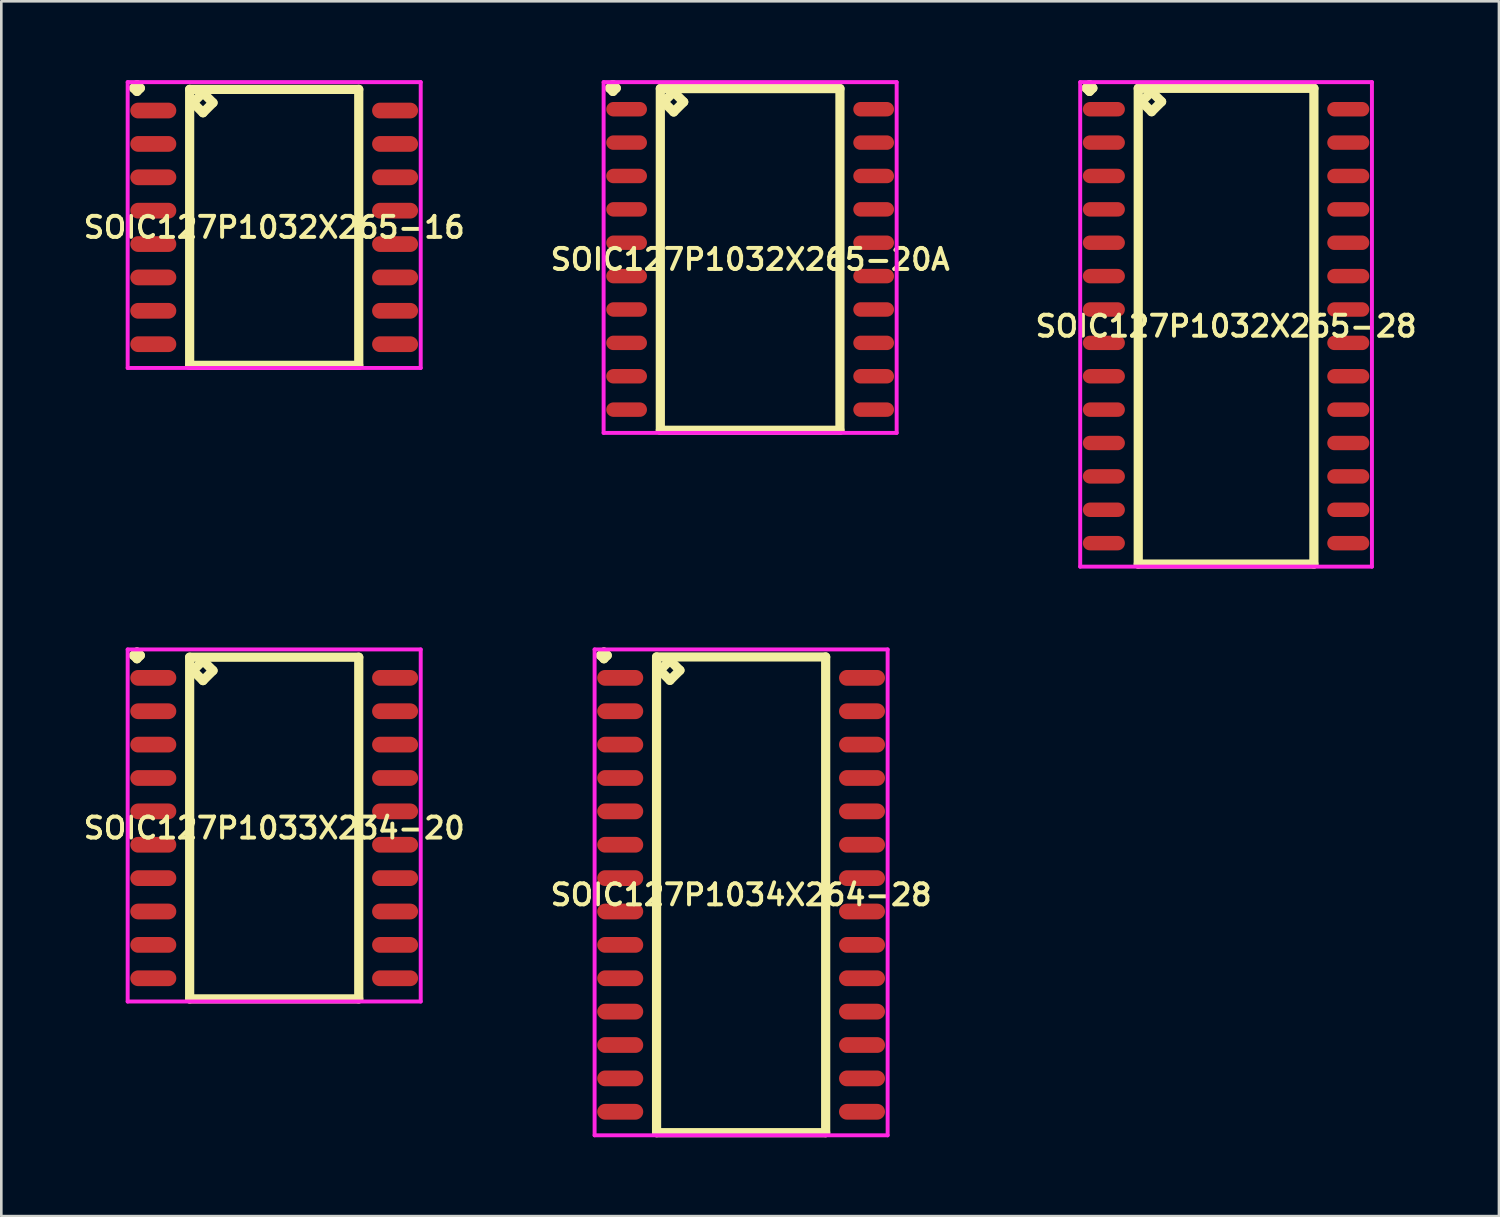
<source format=kicad_pcb>
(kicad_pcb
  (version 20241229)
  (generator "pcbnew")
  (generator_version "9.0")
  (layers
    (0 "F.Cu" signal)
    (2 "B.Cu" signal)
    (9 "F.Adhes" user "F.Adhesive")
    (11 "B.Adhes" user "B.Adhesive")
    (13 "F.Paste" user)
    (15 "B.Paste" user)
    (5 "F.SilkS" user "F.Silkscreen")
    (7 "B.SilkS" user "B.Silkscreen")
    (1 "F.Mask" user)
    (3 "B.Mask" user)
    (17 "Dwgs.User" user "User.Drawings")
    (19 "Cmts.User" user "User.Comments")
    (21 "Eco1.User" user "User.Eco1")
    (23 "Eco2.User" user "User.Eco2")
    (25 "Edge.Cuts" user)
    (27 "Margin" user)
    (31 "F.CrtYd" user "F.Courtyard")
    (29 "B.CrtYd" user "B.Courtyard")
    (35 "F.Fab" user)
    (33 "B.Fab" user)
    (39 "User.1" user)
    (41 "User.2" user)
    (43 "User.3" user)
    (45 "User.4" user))
  (footprint "SOIC127P1032X265-20A"
    (layer "F.Cu")
    (at 25.492 6.821)
    (property "Reference" "SOIC127P1032X265-20A" (at 0 0 0) (layer "F.SilkS") (effects (font (size 0.8 0.8) (thickness 0.15))))
    (attr smd)
    (fp_line (start -5.348 -6.519) (end -5.221 -6.646) (stroke (width 0.35) (type solid)) (layer "F.SilkS"))
    (fp_line (start -5.221 -6.646) (end -5.094 -6.519) (stroke (width 0.35) (type solid)) (layer "F.SilkS"))
    (fp_line (start -5.221 -6.392) (end -5.348 -6.519) (stroke (width 0.35) (type solid)) (layer "F.SilkS"))
    (fp_line (start -5.094 -6.519) (end -5.221 -6.392) (stroke (width 0.35) (type solid)) (layer "F.SilkS"))
    (fp_line (start -3.417 -6.5) (end -3.417 6.5) (stroke (width 0.35) (type solid)) (layer "F.SilkS"))
    (fp_line (start -3.417 6.5) (end 3.417 6.5) (stroke (width 0.35) (type solid)) (layer "F.SilkS"))
    (fp_line (start -3.29 -5.992) (end -2.909 -6.373) (stroke (width 0.35) (type solid)) (layer "F.SilkS"))
    (fp_line (start -2.909 -6.373) (end -2.528 -5.992) (stroke (width 0.35) (type solid)) (layer "F.SilkS"))
    (fp_line (start -2.909 -5.611) (end -3.29 -5.992) (stroke (width 0.35) (type solid)) (layer "F.SilkS"))
    (fp_line (start -2.528 -5.992) (end -2.909 -5.611) (stroke (width 0.35) (type solid)) (layer "F.SilkS"))
    (fp_line (start 3.417 -6.5) (end -3.417 -6.5) (stroke (width 0.35) (type solid)) (layer "F.SilkS"))
    (fp_line (start 3.417 6.5) (end 3.417 -6.5) (stroke (width 0.35) (type solid)) (layer "F.SilkS"))
    (fp_line (start -5.575 -6.746) (end 5.575 -6.746) (stroke (width 0.15) (type solid)) (layer "F.CrtYd"))
    (fp_line (start -5.575 6.6) (end -5.575 -6.746) (stroke (width 0.15) (type solid)) (layer "F.CrtYd"))
    (fp_line (start 5.575 -6.746) (end 5.575 6.6) (stroke (width 0.15) (type solid)) (layer "F.CrtYd"))
    (fp_line (start 5.575 6.6) (end -5.575 6.6) (stroke (width 0.15) (type solid)) (layer "F.CrtYd"))
    (pad "1" smd oval (at -4.7 -5.715) (size 1.55 0.55) (layers "F.Cu" "F.Mask" "F.Paste"))
    (pad "2" smd oval (at -4.7 -4.445) (size 1.55 0.55) (layers "F.Cu" "F.Mask" "F.Paste"))
    (pad "3" smd oval (at -4.7 -3.175) (size 1.55 0.55) (layers "F.Cu" "F.Mask" "F.Paste"))
    (pad "4" smd oval (at -4.7 -1.905) (size 1.55 0.55) (layers "F.Cu" "F.Mask" "F.Paste"))
    (pad "5" smd oval (at -4.7 -0.635) (size 1.55 0.55) (layers "F.Cu" "F.Mask" "F.Paste"))
    (pad "6" smd oval (at -4.7 0.635) (size 1.55 0.55) (layers "F.Cu" "F.Mask" "F.Paste"))
    (pad "7" smd oval (at -4.7 1.905) (size 1.55 0.55) (layers "F.Cu" "F.Mask" "F.Paste"))
    (pad "8" smd oval (at -4.7 3.175) (size 1.55 0.55) (layers "F.Cu" "F.Mask" "F.Paste"))
    (pad "9" smd oval (at -4.7 4.445) (size 1.55 0.55) (layers "F.Cu" "F.Mask" "F.Paste"))
    (pad "10" smd oval (at -4.7 5.715) (size 1.55 0.55) (layers "F.Cu" "F.Mask" "F.Paste"))
    (pad "11" smd oval (at 4.7 5.715) (size 1.55 0.55) (layers "F.Cu" "F.Mask" "F.Paste"))
    (pad "12" smd oval (at 4.7 4.445) (size 1.55 0.55) (layers "F.Cu" "F.Mask" "F.Paste"))
    (pad "13" smd oval (at 4.7 3.175) (size 1.55 0.55) (layers "F.Cu" "F.Mask" "F.Paste"))
    (pad "14" smd oval (at 4.7 1.905) (size 1.55 0.55) (layers "F.Cu" "F.Mask" "F.Paste"))
    (pad "15" smd oval (at 4.7 0.635) (size 1.55 0.55) (layers "F.Cu" "F.Mask" "F.Paste"))
    (pad "16" smd oval (at 4.7 -0.635) (size 1.55 0.55) (layers "F.Cu" "F.Mask" "F.Paste"))
    (pad "17" smd oval (at 4.7 -1.905) (size 1.55 0.55) (layers "F.Cu" "F.Mask" "F.Paste"))
    (pad "18" smd oval (at 4.7 -3.175) (size 1.55 0.55) (layers "F.Cu" "F.Mask" "F.Paste"))
    (pad "19" smd oval (at 4.7 -4.445) (size 1.55 0.55) (layers "F.Cu" "F.Mask" "F.Paste"))
    (pad "20" smd oval (at 4.7 -5.715) (size 1.55 0.55) (layers "F.Cu" "F.Mask" "F.Paste")))
  (footprint "SOIC127P1033X234-20"
    (layer "F.Cu")
    (at 7.383 28.457)
    (property "Reference" "SOIC127P1033X234-20" (at 0 0 0) (layer "F.SilkS") (effects (font (size 0.8 0.8) (thickness 0.15))))
    (attr smd)
    (fp_line (start -5.348 -6.569) (end -5.221 -6.696) (stroke (width 0.35) (type solid)) (layer "F.SilkS"))
    (fp_line (start -5.221 -6.696) (end -5.094 -6.569) (stroke (width 0.35) (type solid)) (layer "F.SilkS"))
    (fp_line (start -5.221 -6.442) (end -5.348 -6.569) (stroke (width 0.35) (type solid)) (layer "F.SilkS"))
    (fp_line (start -5.094 -6.569) (end -5.221 -6.442) (stroke (width 0.35) (type solid)) (layer "F.SilkS"))
    (fp_line (start -3.217 -6.5) (end -3.217 6.5) (stroke (width 0.35) (type solid)) (layer "F.SilkS"))
    (fp_line (start -3.217 6.5) (end 3.217 6.5) (stroke (width 0.35) (type solid)) (layer "F.SilkS"))
    (fp_line (start -3.09 -5.992) (end -2.709 -6.373) (stroke (width 0.35) (type solid)) (layer "F.SilkS"))
    (fp_line (start -2.709 -6.373) (end -2.328 -5.992) (stroke (width 0.35) (type solid)) (layer "F.SilkS"))
    (fp_line (start -2.709 -5.611) (end -3.09 -5.992) (stroke (width 0.35) (type solid)) (layer "F.SilkS"))
    (fp_line (start -2.328 -5.992) (end -2.709 -5.611) (stroke (width 0.35) (type solid)) (layer "F.SilkS"))
    (fp_line (start 3.217 -6.5) (end -3.217 -6.5) (stroke (width 0.35) (type solid)) (layer "F.SilkS"))
    (fp_line (start 3.217 6.5) (end 3.217 -6.5) (stroke (width 0.35) (type solid)) (layer "F.SilkS"))
    (fp_line (start -5.575 -6.796) (end 5.575 -6.796) (stroke (width 0.15) (type solid)) (layer "F.CrtYd"))
    (fp_line (start -5.575 6.6) (end -5.575 -6.796) (stroke (width 0.15) (type solid)) (layer "F.CrtYd"))
    (fp_line (start 5.575 -6.796) (end 5.575 6.6) (stroke (width 0.15) (type solid)) (layer "F.CrtYd"))
    (fp_line (start 5.575 6.6) (end -5.575 6.6) (stroke (width 0.15) (type solid)) (layer "F.CrtYd"))
    (pad "1" smd oval (at -4.6 -5.715) (size 1.75 0.6) (layers "F.Cu" "F.Mask" "F.Paste"))
    (pad "2" smd oval (at -4.6 -4.445) (size 1.75 0.6) (layers "F.Cu" "F.Mask" "F.Paste"))
    (pad "3" smd oval (at -4.6 -3.175) (size 1.75 0.6) (layers "F.Cu" "F.Mask" "F.Paste"))
    (pad "4" smd oval (at -4.6 -1.905) (size 1.75 0.6) (layers "F.Cu" "F.Mask" "F.Paste"))
    (pad "5" smd oval (at -4.6 -0.635) (size 1.75 0.6) (layers "F.Cu" "F.Mask" "F.Paste"))
    (pad "6" smd oval (at -4.6 0.635) (size 1.75 0.6) (layers "F.Cu" "F.Mask" "F.Paste"))
    (pad "7" smd oval (at -4.6 1.905) (size 1.75 0.6) (layers "F.Cu" "F.Mask" "F.Paste"))
    (pad "8" smd oval (at -4.6 3.175) (size 1.75 0.6) (layers "F.Cu" "F.Mask" "F.Paste"))
    (pad "9" smd oval (at -4.6 4.445) (size 1.75 0.6) (layers "F.Cu" "F.Mask" "F.Paste"))
    (pad "10" smd oval (at -4.6 5.715) (size 1.75 0.6) (layers "F.Cu" "F.Mask" "F.Paste"))
    (pad "11" smd oval (at 4.6 5.715) (size 1.75 0.6) (layers "F.Cu" "F.Mask" "F.Paste"))
    (pad "12" smd oval (at 4.6 4.445) (size 1.75 0.6) (layers "F.Cu" "F.Mask" "F.Paste"))
    (pad "13" smd oval (at 4.6 3.175) (size 1.75 0.6) (layers "F.Cu" "F.Mask" "F.Paste"))
    (pad "14" smd oval (at 4.6 1.905) (size 1.75 0.6) (layers "F.Cu" "F.Mask" "F.Paste"))
    (pad "15" smd oval (at 4.6 0.635) (size 1.75 0.6) (layers "F.Cu" "F.Mask" "F.Paste"))
    (pad "16" smd oval (at 4.6 -0.635) (size 1.75 0.6) (layers "F.Cu" "F.Mask" "F.Paste"))
    (pad "17" smd oval (at 4.6 -1.905) (size 1.75 0.6) (layers "F.Cu" "F.Mask" "F.Paste"))
    (pad "18" smd oval (at 4.6 -3.175) (size 1.75 0.6) (layers "F.Cu" "F.Mask" "F.Paste"))
    (pad "19" smd oval (at 4.6 -4.445) (size 1.75 0.6) (layers "F.Cu" "F.Mask" "F.Paste"))
    (pad "20" smd oval (at 4.6 -5.715) (size 1.75 0.6) (layers "F.Cu" "F.Mask" "F.Paste")))
  (footprint "SOIC127P1032X265-16"
    (layer "F.Cu")
    (at 7.383 5.601)
    (property "Reference" "SOIC127P1032X265-16" (at 0 0 0) (layer "F.SilkS") (effects (font (size 0.8 0.8) (thickness 0.15))))
    (attr smd)
    (fp_line (start -5.348 -5.299) (end -5.221 -5.426) (stroke (width 0.35) (type solid)) (layer "F.SilkS"))
    (fp_line (start -5.221 -5.426) (end -5.094 -5.299) (stroke (width 0.35) (type solid)) (layer "F.SilkS"))
    (fp_line (start -5.221 -5.172) (end -5.348 -5.299) (stroke (width 0.35) (type solid)) (layer "F.SilkS"))
    (fp_line (start -5.094 -5.299) (end -5.221 -5.172) (stroke (width 0.35) (type solid)) (layer "F.SilkS"))
    (fp_line (start -3.217 -5.25) (end -3.217 5.25) (stroke (width 0.35) (type solid)) (layer "F.SilkS"))
    (fp_line (start -3.217 5.25) (end 3.217 5.25) (stroke (width 0.35) (type solid)) (layer "F.SilkS"))
    (fp_line (start -3.09 -4.742) (end -2.709 -5.123) (stroke (width 0.35) (type solid)) (layer "F.SilkS"))
    (fp_line (start -2.709 -5.123) (end -2.328 -4.742) (stroke (width 0.35) (type solid)) (layer "F.SilkS"))
    (fp_line (start -2.709 -4.361) (end -3.09 -4.742) (stroke (width 0.35) (type solid)) (layer "F.SilkS"))
    (fp_line (start -2.328 -4.742) (end -2.709 -4.361) (stroke (width 0.35) (type solid)) (layer "F.SilkS"))
    (fp_line (start 3.217 -5.25) (end -3.217 -5.25) (stroke (width 0.35) (type solid)) (layer "F.SilkS"))
    (fp_line (start 3.217 5.25) (end 3.217 -5.25) (stroke (width 0.35) (type solid)) (layer "F.SilkS"))
    (fp_line (start -5.575 -5.526) (end 5.575 -5.526) (stroke (width 0.15) (type solid)) (layer "F.CrtYd"))
    (fp_line (start -5.575 5.35) (end -5.575 -5.526) (stroke (width 0.15) (type solid)) (layer "F.CrtYd"))
    (fp_line (start 5.575 -5.526) (end 5.575 5.35) (stroke (width 0.15) (type solid)) (layer "F.CrtYd"))
    (fp_line (start 5.575 5.35) (end -5.575 5.35) (stroke (width 0.15) (type solid)) (layer "F.CrtYd"))
    (pad "1" smd oval (at -4.6 -4.445) (size 1.75 0.6) (layers "F.Cu" "F.Mask" "F.Paste"))
    (pad "2" smd oval (at -4.6 -3.175) (size 1.75 0.6) (layers "F.Cu" "F.Mask" "F.Paste"))
    (pad "3" smd oval (at -4.6 -1.905) (size 1.75 0.6) (layers "F.Cu" "F.Mask" "F.Paste"))
    (pad "4" smd oval (at -4.6 -0.635) (size 1.75 0.6) (layers "F.Cu" "F.Mask" "F.Paste"))
    (pad "5" smd oval (at -4.6 0.635) (size 1.75 0.6) (layers "F.Cu" "F.Mask" "F.Paste"))
    (pad "6" smd oval (at -4.6 1.905) (size 1.75 0.6) (layers "F.Cu" "F.Mask" "F.Paste"))
    (pad "7" smd oval (at -4.6 3.175) (size 1.75 0.6) (layers "F.Cu" "F.Mask" "F.Paste"))
    (pad "8" smd oval (at -4.6 4.445) (size 1.75 0.6) (layers "F.Cu" "F.Mask" "F.Paste"))
    (pad "9" smd oval (at 4.6 4.445) (size 1.75 0.6) (layers "F.Cu" "F.Mask" "F.Paste"))
    (pad "10" smd oval (at 4.6 3.175) (size 1.75 0.6) (layers "F.Cu" "F.Mask" "F.Paste"))
    (pad "11" smd oval (at 4.6 1.905) (size 1.75 0.6) (layers "F.Cu" "F.Mask" "F.Paste"))
    (pad "12" smd oval (at 4.6 0.635) (size 1.75 0.6) (layers "F.Cu" "F.Mask" "F.Paste"))
    (pad "13" smd oval (at 4.6 -0.635) (size 1.75 0.6) (layers "F.Cu" "F.Mask" "F.Paste"))
    (pad "14" smd oval (at 4.6 -1.905) (size 1.75 0.6) (layers "F.Cu" "F.Mask" "F.Paste"))
    (pad "15" smd oval (at 4.6 -3.175) (size 1.75 0.6) (layers "F.Cu" "F.Mask" "F.Paste"))
    (pad "16" smd oval (at 4.6 -4.445) (size 1.75 0.6) (layers "F.Cu" "F.Mask" "F.Paste")))
  (footprint "SOIC127P1034X264-28"
    (layer "F.Cu")
    (at 25.149 30.997)
    (property "Reference" "SOIC127P1034X264-28" (at 0 0 0) (layer "F.SilkS") (effects (font (size 0.8 0.8) (thickness 0.15))))
    (attr smd)
    (fp_line (start -5.348 -9.109) (end -5.221 -9.236) (stroke (width 0.35) (type solid)) (layer "F.SilkS"))
    (fp_line (start -5.221 -9.236) (end -5.094 -9.109) (stroke (width 0.35) (type solid)) (layer "F.SilkS"))
    (fp_line (start -5.221 -8.982) (end -5.348 -9.109) (stroke (width 0.35) (type solid)) (layer "F.SilkS"))
    (fp_line (start -5.094 -9.109) (end -5.221 -8.982) (stroke (width 0.35) (type solid)) (layer "F.SilkS"))
    (fp_line (start -3.217 -9.05) (end -3.217 9.05) (stroke (width 0.35) (type solid)) (layer "F.SilkS"))
    (fp_line (start -3.217 9.05) (end 3.217 9.05) (stroke (width 0.35) (type solid)) (layer "F.SilkS"))
    (fp_line (start -3.09 -8.542) (end -2.709 -8.923) (stroke (width 0.35) (type solid)) (layer "F.SilkS"))
    (fp_line (start -2.709 -8.923) (end -2.328 -8.542) (stroke (width 0.35) (type solid)) (layer "F.SilkS"))
    (fp_line (start -2.709 -8.161) (end -3.09 -8.542) (stroke (width 0.35) (type solid)) (layer "F.SilkS"))
    (fp_line (start -2.328 -8.542) (end -2.709 -8.161) (stroke (width 0.35) (type solid)) (layer "F.SilkS"))
    (fp_line (start 3.217 -9.05) (end -3.217 -9.05) (stroke (width 0.35) (type solid)) (layer "F.SilkS"))
    (fp_line (start 3.217 9.05) (end 3.217 -9.05) (stroke (width 0.35) (type solid)) (layer "F.SilkS"))
    (fp_line (start -5.575 -9.336) (end 5.575 -9.336) (stroke (width 0.15) (type solid)) (layer "F.CrtYd"))
    (fp_line (start -5.575 9.15) (end -5.575 -9.336) (stroke (width 0.15) (type solid)) (layer "F.CrtYd"))
    (fp_line (start 5.575 -9.336) (end 5.575 9.15) (stroke (width 0.15) (type solid)) (layer "F.CrtYd"))
    (fp_line (start 5.575 9.15) (end -5.575 9.15) (stroke (width 0.15) (type solid)) (layer "F.CrtYd"))
    (pad "1" smd oval (at -4.6 -8.255) (size 1.75 0.6) (layers "F.Cu" "F.Mask" "F.Paste"))
    (pad "2" smd oval (at -4.6 -6.985) (size 1.75 0.6) (layers "F.Cu" "F.Mask" "F.Paste"))
    (pad "3" smd oval (at -4.6 -5.715) (size 1.75 0.6) (layers "F.Cu" "F.Mask" "F.Paste"))
    (pad "4" smd oval (at -4.6 -4.445) (size 1.75 0.6) (layers "F.Cu" "F.Mask" "F.Paste"))
    (pad "5" smd oval (at -4.6 -3.175) (size 1.75 0.6) (layers "F.Cu" "F.Mask" "F.Paste"))
    (pad "6" smd oval (at -4.6 -1.905) (size 1.75 0.6) (layers "F.Cu" "F.Mask" "F.Paste"))
    (pad "7" smd oval (at -4.6 -0.635) (size 1.75 0.6) (layers "F.Cu" "F.Mask" "F.Paste"))
    (pad "8" smd oval (at -4.6 0.635) (size 1.75 0.6) (layers "F.Cu" "F.Mask" "F.Paste"))
    (pad "9" smd oval (at -4.6 1.905) (size 1.75 0.6) (layers "F.Cu" "F.Mask" "F.Paste"))
    (pad "10" smd oval (at -4.6 3.175) (size 1.75 0.6) (layers "F.Cu" "F.Mask" "F.Paste"))
    (pad "11" smd oval (at -4.6 4.445) (size 1.75 0.6) (layers "F.Cu" "F.Mask" "F.Paste"))
    (pad "12" smd oval (at -4.6 5.715) (size 1.75 0.6) (layers "F.Cu" "F.Mask" "F.Paste"))
    (pad "13" smd oval (at -4.6 6.985) (size 1.75 0.6) (layers "F.Cu" "F.Mask" "F.Paste"))
    (pad "14" smd oval (at -4.6 8.255) (size 1.75 0.6) (layers "F.Cu" "F.Mask" "F.Paste"))
    (pad "15" smd oval (at 4.6 8.255) (size 1.75 0.6) (layers "F.Cu" "F.Mask" "F.Paste"))
    (pad "16" smd oval (at 4.6 6.985) (size 1.75 0.6) (layers "F.Cu" "F.Mask" "F.Paste"))
    (pad "17" smd oval (at 4.6 5.715) (size 1.75 0.6) (layers "F.Cu" "F.Mask" "F.Paste"))
    (pad "18" smd oval (at 4.6 4.445) (size 1.75 0.6) (layers "F.Cu" "F.Mask" "F.Paste"))
    (pad "19" smd oval (at 4.6 3.175) (size 1.75 0.6) (layers "F.Cu" "F.Mask" "F.Paste"))
    (pad "20" smd oval (at 4.6 1.905) (size 1.75 0.6) (layers "F.Cu" "F.Mask" "F.Paste"))
    (pad "21" smd oval (at 4.6 0.635) (size 1.75 0.6) (layers "F.Cu" "F.Mask" "F.Paste"))
    (pad "22" smd oval (at 4.6 -0.635) (size 1.75 0.6) (layers "F.Cu" "F.Mask" "F.Paste"))
    (pad "23" smd oval (at 4.6 -1.905) (size 1.75 0.6) (layers "F.Cu" "F.Mask" "F.Paste"))
    (pad "24" smd oval (at 4.6 -3.175) (size 1.75 0.6) (layers "F.Cu" "F.Mask" "F.Paste"))
    (pad "25" smd oval (at 4.6 -4.445) (size 1.75 0.6) (layers "F.Cu" "F.Mask" "F.Paste"))
    (pad "26" smd oval (at 4.6 -5.715) (size 1.75 0.6) (layers "F.Cu" "F.Mask" "F.Paste"))
    (pad "27" smd oval (at 4.6 -6.985) (size 1.75 0.6) (layers "F.Cu" "F.Mask" "F.Paste"))
    (pad "28" smd oval (at 4.6 -8.255) (size 1.75 0.6) (layers "F.Cu" "F.Mask" "F.Paste")))
  (footprint "SOIC127P1032X265-28"
    (layer "F.Cu")
    (at 43.601 9.361)
    (property "Reference" "SOIC127P1032X265-28" (at 0 0 0) (layer "F.SilkS") (effects (font (size 0.8 0.8) (thickness 0.15))))
    (attr smd)
    (fp_line (start -5.323 -9.059) (end -5.196 -9.186) (stroke (width 0.35) (type solid)) (layer "F.SilkS"))
    (fp_line (start -5.196 -9.186) (end -5.069 -9.059) (stroke (width 0.35) (type solid)) (layer "F.SilkS"))
    (fp_line (start -5.196 -8.932) (end -5.323 -9.059) (stroke (width 0.35) (type solid)) (layer "F.SilkS"))
    (fp_line (start -5.069 -9.059) (end -5.196 -8.932) (stroke (width 0.35) (type solid)) (layer "F.SilkS"))
    (fp_line (start -3.342 -9.05) (end -3.342 9.05) (stroke (width 0.35) (type solid)) (layer "F.SilkS"))
    (fp_line (start -3.342 9.05) (end 3.342 9.05) (stroke (width 0.35) (type solid)) (layer "F.SilkS"))
    (fp_line (start -3.215 -8.542) (end -2.834 -8.923) (stroke (width 0.35) (type solid)) (layer "F.SilkS"))
    (fp_line (start -2.834 -8.923) (end -2.453 -8.542) (stroke (width 0.35) (type solid)) (layer "F.SilkS"))
    (fp_line (start -2.834 -8.161) (end -3.215 -8.542) (stroke (width 0.35) (type solid)) (layer "F.SilkS"))
    (fp_line (start -2.453 -8.542) (end -2.834 -8.161) (stroke (width 0.35) (type solid)) (layer "F.SilkS"))
    (fp_line (start 3.342 -9.05) (end -3.342 -9.05) (stroke (width 0.35) (type solid)) (layer "F.SilkS"))
    (fp_line (start 3.342 9.05) (end 3.342 -9.05) (stroke (width 0.35) (type solid)) (layer "F.SilkS"))
    (fp_line (start -5.55 -9.286) (end 5.55 -9.286) (stroke (width 0.15) (type solid)) (layer "F.CrtYd"))
    (fp_line (start -5.55 9.15) (end -5.55 -9.286) (stroke (width 0.15) (type solid)) (layer "F.CrtYd"))
    (fp_line (start 5.55 -9.286) (end 5.55 9.15) (stroke (width 0.15) (type solid)) (layer "F.CrtYd"))
    (fp_line (start 5.55 9.15) (end -5.55 9.15) (stroke (width 0.15) (type solid)) (layer "F.CrtYd"))
    (pad "1" smd oval (at -4.65 -8.255) (size 1.6 0.55) (layers "F.Cu" "F.Mask" "F.Paste"))
    (pad "2" smd oval (at -4.65 -6.985) (size 1.6 0.55) (layers "F.Cu" "F.Mask" "F.Paste"))
    (pad "3" smd oval (at -4.65 -5.715) (size 1.6 0.55) (layers "F.Cu" "F.Mask" "F.Paste"))
    (pad "4" smd oval (at -4.65 -4.445) (size 1.6 0.55) (layers "F.Cu" "F.Mask" "F.Paste"))
    (pad "5" smd oval (at -4.65 -3.175) (size 1.6 0.55) (layers "F.Cu" "F.Mask" "F.Paste"))
    (pad "6" smd oval (at -4.65 -1.905) (size 1.6 0.55) (layers "F.Cu" "F.Mask" "F.Paste"))
    (pad "7" smd oval (at -4.65 -0.635) (size 1.6 0.55) (layers "F.Cu" "F.Mask" "F.Paste"))
    (pad "8" smd oval (at -4.65 0.635) (size 1.6 0.55) (layers "F.Cu" "F.Mask" "F.Paste"))
    (pad "9" smd oval (at -4.65 1.905) (size 1.6 0.55) (layers "F.Cu" "F.Mask" "F.Paste"))
    (pad "10" smd oval (at -4.65 3.175) (size 1.6 0.55) (layers "F.Cu" "F.Mask" "F.Paste"))
    (pad "11" smd oval (at -4.65 4.445) (size 1.6 0.55) (layers "F.Cu" "F.Mask" "F.Paste"))
    (pad "12" smd oval (at -4.65 5.715) (size 1.6 0.55) (layers "F.Cu" "F.Mask" "F.Paste"))
    (pad "13" smd oval (at -4.65 6.985) (size 1.6 0.55) (layers "F.Cu" "F.Mask" "F.Paste"))
    (pad "14" smd oval (at -4.65 8.255) (size 1.6 0.55) (layers "F.Cu" "F.Mask" "F.Paste"))
    (pad "15" smd oval (at 4.65 8.255) (size 1.6 0.55) (layers "F.Cu" "F.Mask" "F.Paste"))
    (pad "16" smd oval (at 4.65 6.985) (size 1.6 0.55) (layers "F.Cu" "F.Mask" "F.Paste"))
    (pad "17" smd oval (at 4.65 5.715) (size 1.6 0.55) (layers "F.Cu" "F.Mask" "F.Paste"))
    (pad "18" smd oval (at 4.65 4.445) (size 1.6 0.55) (layers "F.Cu" "F.Mask" "F.Paste"))
    (pad "19" smd oval (at 4.65 3.175) (size 1.6 0.55) (layers "F.Cu" "F.Mask" "F.Paste"))
    (pad "20" smd oval (at 4.65 1.905) (size 1.6 0.55) (layers "F.Cu" "F.Mask" "F.Paste"))
    (pad "21" smd oval (at 4.65 0.635) (size 1.6 0.55) (layers "F.Cu" "F.Mask" "F.Paste"))
    (pad "22" smd oval (at 4.65 -0.635) (size 1.6 0.55) (layers "F.Cu" "F.Mask" "F.Paste"))
    (pad "23" smd oval (at 4.65 -1.905) (size 1.6 0.55) (layers "F.Cu" "F.Mask" "F.Paste"))
    (pad "24" smd oval (at 4.65 -3.175) (size 1.6 0.55) (layers "F.Cu" "F.Mask" "F.Paste"))
    (pad "25" smd oval (at 4.65 -4.445) (size 1.6 0.55) (layers "F.Cu" "F.Mask" "F.Paste"))
    (pad "26" smd oval (at 4.65 -5.715) (size 1.6 0.55) (layers "F.Cu" "F.Mask" "F.Paste"))
    (pad "27" smd oval (at 4.65 -6.985) (size 1.6 0.55) (layers "F.Cu" "F.Mask" "F.Paste"))
    (pad "28" smd oval (at 4.65 -8.255) (size 1.6 0.55) (layers "F.Cu" "F.Mask" "F.Paste")))
  (gr_rect
    (start -3 -3)
    (end 53.984 43.222)
    (stroke (width 0.1) (type default))
    (fill no)
    (layer "Edge.Cuts")))
</source>
